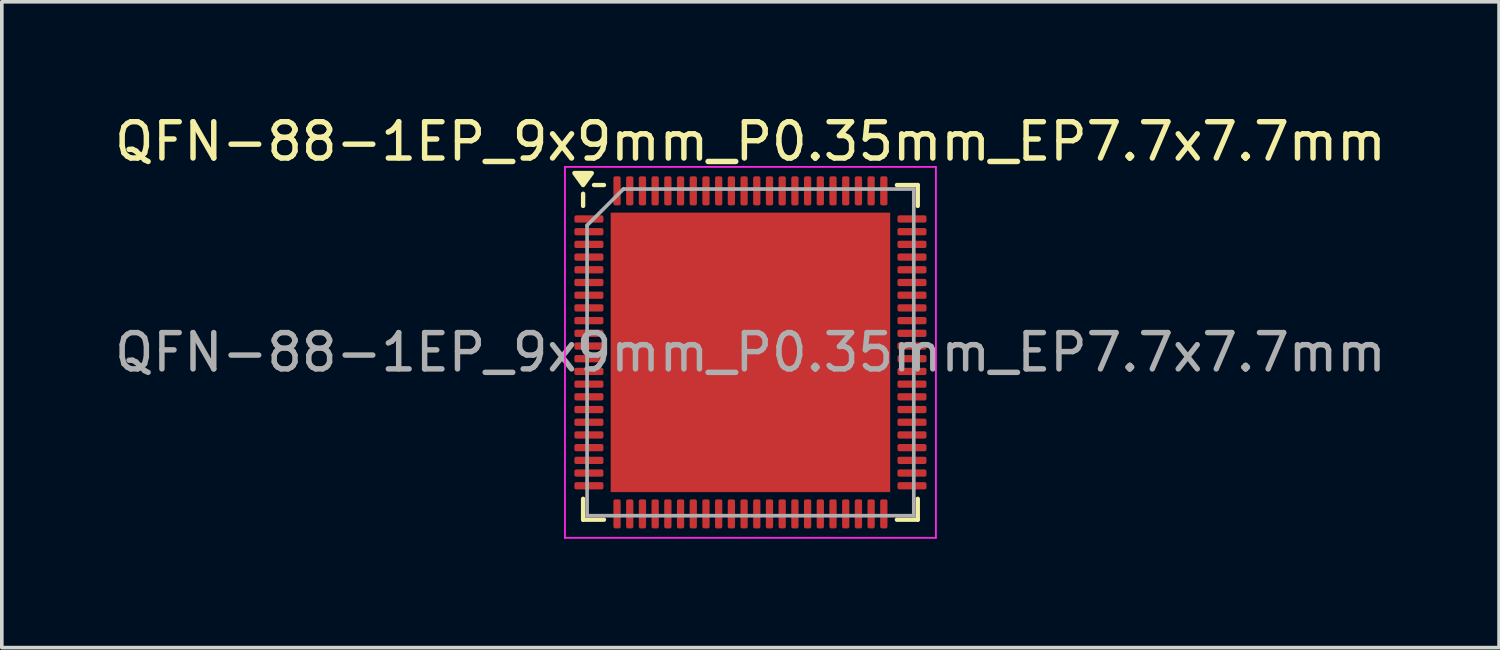
<source format=kicad_pcb>
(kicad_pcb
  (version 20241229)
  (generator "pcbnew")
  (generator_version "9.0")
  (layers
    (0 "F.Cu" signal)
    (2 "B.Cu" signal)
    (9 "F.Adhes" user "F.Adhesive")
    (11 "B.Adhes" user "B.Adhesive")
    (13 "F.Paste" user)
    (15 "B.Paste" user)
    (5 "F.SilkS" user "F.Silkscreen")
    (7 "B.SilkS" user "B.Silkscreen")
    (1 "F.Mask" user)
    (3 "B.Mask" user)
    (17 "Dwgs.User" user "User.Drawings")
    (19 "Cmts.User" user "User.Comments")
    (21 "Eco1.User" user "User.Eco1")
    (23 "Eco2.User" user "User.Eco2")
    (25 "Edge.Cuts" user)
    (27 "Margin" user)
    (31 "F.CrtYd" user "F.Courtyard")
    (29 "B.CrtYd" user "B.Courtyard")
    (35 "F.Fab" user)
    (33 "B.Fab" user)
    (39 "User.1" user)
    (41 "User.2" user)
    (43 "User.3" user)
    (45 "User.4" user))
  (footprint "QFN-88-1EP_9x9mm_P0.35mm_EP7.7x7.7mm"
    (layer "F.Cu")
    (at 17.625 6.658)
    (property "Reference" "QFN-88-1EP_9x9mm_P0.35mm_EP7.7x7.7mm" (at 0 -5.81 0) (layer "F.SilkS") (effects (font (size 1 1) (thickness 0.15))))
    (attr smd)
    (fp_line (start -4.61 -4.035) (end -4.61 -4.37) (stroke (width 0.12) (type solid)) (layer "F.SilkS"))
    (fp_line (start -4.61 4.61) (end -4.61 4.035) (stroke (width 0.12) (type solid)) (layer "F.SilkS"))
    (fp_line (start -4.035 -4.61) (end -4.31 -4.61) (stroke (width 0.12) (type solid)) (layer "F.SilkS"))
    (fp_line (start -4.035 4.61) (end -4.61 4.61) (stroke (width 0.12) (type solid)) (layer "F.SilkS"))
    (fp_line (start 4.035 -4.61) (end 4.61 -4.61) (stroke (width 0.12) (type solid)) (layer "F.SilkS"))
    (fp_line (start 4.035 4.61) (end 4.61 4.61) (stroke (width 0.12) (type solid)) (layer "F.SilkS"))
    (fp_line (start 4.61 -4.61) (end 4.61 -4.035) (stroke (width 0.12) (type solid)) (layer "F.SilkS"))
    (fp_line (start 4.61 4.61) (end 4.61 4.035) (stroke (width 0.12) (type solid)) (layer "F.SilkS"))
    (fp_poly (pts (xy -4.61 -4.61) (xy -4.85 -4.94) (xy -4.37 -4.94) (xy -4.61 -4.61)) (stroke (width 0.12) (type solid)) (fill yes) (layer "F.SilkS"))
    (fp_line (start -5.11 -5.11) (end -5.11 5.11) (stroke (width 0.05) (type solid)) (layer "F.CrtYd"))
    (fp_line (start -5.11 5.11) (end 5.11 5.11) (stroke (width 0.05) (type solid)) (layer "F.CrtYd"))
    (fp_line (start 5.11 -5.11) (end -5.11 -5.11) (stroke (width 0.05) (type solid)) (layer "F.CrtYd"))
    (fp_line (start 5.11 5.11) (end 5.11 -5.11) (stroke (width 0.05) (type solid)) (layer "F.CrtYd"))
    (fp_line (start -4.5 -3.5) (end -3.5 -4.5) (stroke (width 0.1) (type solid)) (layer "F.Fab"))
    (fp_line (start -4.5 4.5) (end -4.5 -3.5) (stroke (width 0.1) (type solid)) (layer "F.Fab"))
    (fp_line (start -3.5 -4.5) (end 4.5 -4.5) (stroke (width 0.1) (type solid)) (layer "F.Fab"))
    (fp_line (start 4.5 -4.5) (end 4.5 4.5) (stroke (width 0.1) (type solid)) (layer "F.Fab"))
    (fp_line (start 4.5 4.5) (end -4.5 4.5) (stroke (width 0.1) (type solid)) (layer "F.Fab"))
    (fp_text user "${REFERENCE}" (at 0 0 0) (layer "F.Fab") (effects (font (size 1 1) (thickness 0.15))))
    (pad "" smd roundrect (at -2.57 -2.57) (size 2.07 2.07) (layers "F.Paste") (roundrect_rratio 0.121))
    (pad "" smd roundrect (at -2.57 0) (size 2.07 2.07) (layers "F.Paste") (roundrect_rratio 0.121))
    (pad "" smd roundrect (at -2.57 2.57) (size 2.07 2.07) (layers "F.Paste") (roundrect_rratio 0.121))
    (pad "" smd roundrect (at 0 -2.57) (size 2.07 2.07) (layers "F.Paste") (roundrect_rratio 0.121))
    (pad "" smd roundrect (at 0 0) (size 2.07 2.07) (layers "F.Paste") (roundrect_rratio 0.121))
    (pad "" smd roundrect (at 0 2.57) (size 2.07 2.07) (layers "F.Paste") (roundrect_rratio 0.121))
    (pad "" smd roundrect (at 2.57 -2.57) (size 2.07 2.07) (layers "F.Paste") (roundrect_rratio 0.121))
    (pad "" smd roundrect (at 2.57 0) (size 2.07 2.07) (layers "F.Paste") (roundrect_rratio 0.121))
    (pad "" smd roundrect (at 2.57 2.57) (size 2.07 2.07) (layers "F.Paste") (roundrect_rratio 0.121))
    (pad "1" smd roundrect (at -4.45 -3.675) (size 0.8 0.2) (layers "F.Cu" "F.Mask" "F.Paste") (roundrect_rratio 0.25))
    (pad "2" smd roundrect (at -4.45 -3.325) (size 0.8 0.2) (layers "F.Cu" "F.Mask" "F.Paste") (roundrect_rratio 0.25))
    (pad "3" smd roundrect (at -4.45 -2.975) (size 0.8 0.2) (layers "F.Cu" "F.Mask" "F.Paste") (roundrect_rratio 0.25))
    (pad "4" smd roundrect (at -4.45 -2.625) (size 0.8 0.2) (layers "F.Cu" "F.Mask" "F.Paste") (roundrect_rratio 0.25))
    (pad "5" smd roundrect (at -4.45 -2.275) (size 0.8 0.2) (layers "F.Cu" "F.Mask" "F.Paste") (roundrect_rratio 0.25))
    (pad "6" smd roundrect (at -4.45 -1.925) (size 0.8 0.2) (layers "F.Cu" "F.Mask" "F.Paste") (roundrect_rratio 0.25))
    (pad "7" smd roundrect (at -4.45 -1.575) (size 0.8 0.2) (layers "F.Cu" "F.Mask" "F.Paste") (roundrect_rratio 0.25))
    (pad "8" smd roundrect (at -4.45 -1.225) (size 0.8 0.2) (layers "F.Cu" "F.Mask" "F.Paste") (roundrect_rratio 0.25))
    (pad "9" smd roundrect (at -4.45 -0.875) (size 0.8 0.2) (layers "F.Cu" "F.Mask" "F.Paste") (roundrect_rratio 0.25))
    (pad "10" smd roundrect (at -4.45 -0.525) (size 0.8 0.2) (layers "F.Cu" "F.Mask" "F.Paste") (roundrect_rratio 0.25))
    (pad "11" smd roundrect (at -4.45 -0.175) (size 0.8 0.2) (layers "F.Cu" "F.Mask" "F.Paste") (roundrect_rratio 0.25))
    (pad "12" smd roundrect (at -4.45 0.175) (size 0.8 0.2) (layers "F.Cu" "F.Mask" "F.Paste") (roundrect_rratio 0.25))
    (pad "13" smd roundrect (at -4.45 0.525) (size 0.8 0.2) (layers "F.Cu" "F.Mask" "F.Paste") (roundrect_rratio 0.25))
    (pad "14" smd roundrect (at -4.45 0.875) (size 0.8 0.2) (layers "F.Cu" "F.Mask" "F.Paste") (roundrect_rratio 0.25))
    (pad "15" smd roundrect (at -4.45 1.225) (size 0.8 0.2) (layers "F.Cu" "F.Mask" "F.Paste") (roundrect_rratio 0.25))
    (pad "16" smd roundrect (at -4.45 1.575) (size 0.8 0.2) (layers "F.Cu" "F.Mask" "F.Paste") (roundrect_rratio 0.25))
    (pad "17" smd roundrect (at -4.45 1.925) (size 0.8 0.2) (layers "F.Cu" "F.Mask" "F.Paste") (roundrect_rratio 0.25))
    (pad "18" smd roundrect (at -4.45 2.275) (size 0.8 0.2) (layers "F.Cu" "F.Mask" "F.Paste") (roundrect_rratio 0.25))
    (pad "19" smd roundrect (at -4.45 2.625) (size 0.8 0.2) (layers "F.Cu" "F.Mask" "F.Paste") (roundrect_rratio 0.25))
    (pad "20" smd roundrect (at -4.45 2.975) (size 0.8 0.2) (layers "F.Cu" "F.Mask" "F.Paste") (roundrect_rratio 0.25))
    (pad "21" smd roundrect (at -4.45 3.325) (size 0.8 0.2) (layers "F.Cu" "F.Mask" "F.Paste") (roundrect_rratio 0.25))
    (pad "22" smd roundrect (at -4.45 3.675) (size 0.8 0.2) (layers "F.Cu" "F.Mask" "F.Paste") (roundrect_rratio 0.25))
    (pad "23" smd roundrect (at -3.675 4.45) (size 0.2 0.8) (layers "F.Cu" "F.Mask" "F.Paste") (roundrect_rratio 0.25))
    (pad "24" smd roundrect (at -3.325 4.45) (size 0.2 0.8) (layers "F.Cu" "F.Mask" "F.Paste") (roundrect_rratio 0.25))
    (pad "25" smd roundrect (at -2.975 4.45) (size 0.2 0.8) (layers "F.Cu" "F.Mask" "F.Paste") (roundrect_rratio 0.25))
    (pad "26" smd roundrect (at -2.625 4.45) (size 0.2 0.8) (layers "F.Cu" "F.Mask" "F.Paste") (roundrect_rratio 0.25))
    (pad "27" smd roundrect (at -2.275 4.45) (size 0.2 0.8) (layers "F.Cu" "F.Mask" "F.Paste") (roundrect_rratio 0.25))
    (pad "28" smd roundrect (at -1.925 4.45) (size 0.2 0.8) (layers "F.Cu" "F.Mask" "F.Paste") (roundrect_rratio 0.25))
    (pad "29" smd roundrect (at -1.575 4.45) (size 0.2 0.8) (layers "F.Cu" "F.Mask" "F.Paste") (roundrect_rratio 0.25))
    (pad "30" smd roundrect (at -1.225 4.45) (size 0.2 0.8) (layers "F.Cu" "F.Mask" "F.Paste") (roundrect_rratio 0.25))
    (pad "31" smd roundrect (at -0.875 4.45) (size 0.2 0.8) (layers "F.Cu" "F.Mask" "F.Paste") (roundrect_rratio 0.25))
    (pad "32" smd roundrect (at -0.525 4.45) (size 0.2 0.8) (layers "F.Cu" "F.Mask" "F.Paste") (roundrect_rratio 0.25))
    (pad "33" smd roundrect (at -0.175 4.45) (size 0.2 0.8) (layers "F.Cu" "F.Mask" "F.Paste") (roundrect_rratio 0.25))
    (pad "34" smd roundrect (at 0.175 4.45) (size 0.2 0.8) (layers "F.Cu" "F.Mask" "F.Paste") (roundrect_rratio 0.25))
    (pad "35" smd roundrect (at 0.525 4.45) (size 0.2 0.8) (layers "F.Cu" "F.Mask" "F.Paste") (roundrect_rratio 0.25))
    (pad "36" smd roundrect (at 0.875 4.45) (size 0.2 0.8) (layers "F.Cu" "F.Mask" "F.Paste") (roundrect_rratio 0.25))
    (pad "37" smd roundrect (at 1.225 4.45) (size 0.2 0.8) (layers "F.Cu" "F.Mask" "F.Paste") (roundrect_rratio 0.25))
    (pad "38" smd roundrect (at 1.575 4.45) (size 0.2 0.8) (layers "F.Cu" "F.Mask" "F.Paste") (roundrect_rratio 0.25))
    (pad "39" smd roundrect (at 1.925 4.45) (size 0.2 0.8) (layers "F.Cu" "F.Mask" "F.Paste") (roundrect_rratio 0.25))
    (pad "40" smd roundrect (at 2.275 4.45) (size 0.2 0.8) (layers "F.Cu" "F.Mask" "F.Paste") (roundrect_rratio 0.25))
    (pad "41" smd roundrect (at 2.625 4.45) (size 0.2 0.8) (layers "F.Cu" "F.Mask" "F.Paste") (roundrect_rratio 0.25))
    (pad "42" smd roundrect (at 2.975 4.45) (size 0.2 0.8) (layers "F.Cu" "F.Mask" "F.Paste") (roundrect_rratio 0.25))
    (pad "43" smd roundrect (at 3.325 4.45) (size 0.2 0.8) (layers "F.Cu" "F.Mask" "F.Paste") (roundrect_rratio 0.25))
    (pad "44" smd roundrect (at 3.675 4.45) (size 0.2 0.8) (layers "F.Cu" "F.Mask" "F.Paste") (roundrect_rratio 0.25))
    (pad "45" smd roundrect (at 4.45 3.675) (size 0.8 0.2) (layers "F.Cu" "F.Mask" "F.Paste") (roundrect_rratio 0.25))
    (pad "46" smd roundrect (at 4.45 3.325) (size 0.8 0.2) (layers "F.Cu" "F.Mask" "F.Paste") (roundrect_rratio 0.25))
    (pad "47" smd roundrect (at 4.45 2.975) (size 0.8 0.2) (layers "F.Cu" "F.Mask" "F.Paste") (roundrect_rratio 0.25))
    (pad "48" smd roundrect (at 4.45 2.625) (size 0.8 0.2) (layers "F.Cu" "F.Mask" "F.Paste") (roundrect_rratio 0.25))
    (pad "49" smd roundrect (at 4.45 2.275) (size 0.8 0.2) (layers "F.Cu" "F.Mask" "F.Paste") (roundrect_rratio 0.25))
    (pad "50" smd roundrect (at 4.45 1.925) (size 0.8 0.2) (layers "F.Cu" "F.Mask" "F.Paste") (roundrect_rratio 0.25))
    (pad "51" smd roundrect (at 4.45 1.575) (size 0.8 0.2) (layers "F.Cu" "F.Mask" "F.Paste") (roundrect_rratio 0.25))
    (pad "52" smd roundrect (at 4.45 1.225) (size 0.8 0.2) (layers "F.Cu" "F.Mask" "F.Paste") (roundrect_rratio 0.25))
    (pad "53" smd roundrect (at 4.45 0.875) (size 0.8 0.2) (layers "F.Cu" "F.Mask" "F.Paste") (roundrect_rratio 0.25))
    (pad "54" smd roundrect (at 4.45 0.525) (size 0.8 0.2) (layers "F.Cu" "F.Mask" "F.Paste") (roundrect_rratio 0.25))
    (pad "55" smd roundrect (at 4.45 0.175) (size 0.8 0.2) (layers "F.Cu" "F.Mask" "F.Paste") (roundrect_rratio 0.25))
    (pad "56" smd roundrect (at 4.45 -0.175) (size 0.8 0.2) (layers "F.Cu" "F.Mask" "F.Paste") (roundrect_rratio 0.25))
    (pad "57" smd roundrect (at 4.45 -0.525) (size 0.8 0.2) (layers "F.Cu" "F.Mask" "F.Paste") (roundrect_rratio 0.25))
    (pad "58" smd roundrect (at 4.45 -0.875) (size 0.8 0.2) (layers "F.Cu" "F.Mask" "F.Paste") (roundrect_rratio 0.25))
    (pad "59" smd roundrect (at 4.45 -1.225) (size 0.8 0.2) (layers "F.Cu" "F.Mask" "F.Paste") (roundrect_rratio 0.25))
    (pad "60" smd roundrect (at 4.45 -1.575) (size 0.8 0.2) (layers "F.Cu" "F.Mask" "F.Paste") (roundrect_rratio 0.25))
    (pad "61" smd roundrect (at 4.45 -1.925) (size 0.8 0.2) (layers "F.Cu" "F.Mask" "F.Paste") (roundrect_rratio 0.25))
    (pad "62" smd roundrect (at 4.45 -2.275) (size 0.8 0.2) (layers "F.Cu" "F.Mask" "F.Paste") (roundrect_rratio 0.25))
    (pad "63" smd roundrect (at 4.45 -2.625) (size 0.8 0.2) (layers "F.Cu" "F.Mask" "F.Paste") (roundrect_rratio 0.25))
    (pad "64" smd roundrect (at 4.45 -2.975) (size 0.8 0.2) (layers "F.Cu" "F.Mask" "F.Paste") (roundrect_rratio 0.25))
    (pad "65" smd roundrect (at 4.45 -3.325) (size 0.8 0.2) (layers "F.Cu" "F.Mask" "F.Paste") (roundrect_rratio 0.25))
    (pad "66" smd roundrect (at 4.45 -3.675) (size 0.8 0.2) (layers "F.Cu" "F.Mask" "F.Paste") (roundrect_rratio 0.25))
    (pad "67" smd roundrect (at 3.675 -4.45) (size 0.2 0.8) (layers "F.Cu" "F.Mask" "F.Paste") (roundrect_rratio 0.25))
    (pad "68" smd roundrect (at 3.325 -4.45) (size 0.2 0.8) (layers "F.Cu" "F.Mask" "F.Paste") (roundrect_rratio 0.25))
    (pad "69" smd roundrect (at 2.975 -4.45) (size 0.2 0.8) (layers "F.Cu" "F.Mask" "F.Paste") (roundrect_rratio 0.25))
    (pad "70" smd roundrect (at 2.625 -4.45) (size 0.2 0.8) (layers "F.Cu" "F.Mask" "F.Paste") (roundrect_rratio 0.25))
    (pad "71" smd roundrect (at 2.275 -4.45) (size 0.2 0.8) (layers "F.Cu" "F.Mask" "F.Paste") (roundrect_rratio 0.25))
    (pad "72" smd roundrect (at 1.925 -4.45) (size 0.2 0.8) (layers "F.Cu" "F.Mask" "F.Paste") (roundrect_rratio 0.25))
    (pad "73" smd roundrect (at 1.575 -4.45) (size 0.2 0.8) (layers "F.Cu" "F.Mask" "F.Paste") (roundrect_rratio 0.25))
    (pad "74" smd roundrect (at 1.225 -4.45) (size 0.2 0.8) (layers "F.Cu" "F.Mask" "F.Paste") (roundrect_rratio 0.25))
    (pad "75" smd roundrect (at 0.875 -4.45) (size 0.2 0.8) (layers "F.Cu" "F.Mask" "F.Paste") (roundrect_rratio 0.25))
    (pad "76" smd roundrect (at 0.525 -4.45) (size 0.2 0.8) (layers "F.Cu" "F.Mask" "F.Paste") (roundrect_rratio 0.25))
    (pad "77" smd roundrect (at 0.175 -4.45) (size 0.2 0.8) (layers "F.Cu" "F.Mask" "F.Paste") (roundrect_rratio 0.25))
    (pad "78" smd roundrect (at -0.175 -4.45) (size 0.2 0.8) (layers "F.Cu" "F.Mask" "F.Paste") (roundrect_rratio 0.25))
    (pad "79" smd roundrect (at -0.525 -4.45) (size 0.2 0.8) (layers "F.Cu" "F.Mask" "F.Paste") (roundrect_rratio 0.25))
    (pad "80" smd roundrect (at -0.875 -4.45) (size 0.2 0.8) (layers "F.Cu" "F.Mask" "F.Paste") (roundrect_rratio 0.25))
    (pad "81" smd roundrect (at -1.225 -4.45) (size 0.2 0.8) (layers "F.Cu" "F.Mask" "F.Paste") (roundrect_rratio 0.25))
    (pad "82" smd roundrect (at -1.575 -4.45) (size 0.2 0.8) (layers "F.Cu" "F.Mask" "F.Paste") (roundrect_rratio 0.25))
    (pad "83" smd roundrect (at -1.925 -4.45) (size 0.2 0.8) (layers "F.Cu" "F.Mask" "F.Paste") (roundrect_rratio 0.25))
    (pad "84" smd roundrect (at -2.275 -4.45) (size 0.2 0.8) (layers "F.Cu" "F.Mask" "F.Paste") (roundrect_rratio 0.25))
    (pad "85" smd roundrect (at -2.625 -4.45) (size 0.2 0.8) (layers "F.Cu" "F.Mask" "F.Paste") (roundrect_rratio 0.25))
    (pad "86" smd roundrect (at -2.975 -4.45) (size 0.2 0.8) (layers "F.Cu" "F.Mask" "F.Paste") (roundrect_rratio 0.25))
    (pad "87" smd roundrect (at -3.325 -4.45) (size 0.2 0.8) (layers "F.Cu" "F.Mask" "F.Paste") (roundrect_rratio 0.25))
    (pad "88" smd roundrect (at -3.675 -4.45) (size 0.2 0.8) (layers "F.Cu" "F.Mask" "F.Paste") (roundrect_rratio 0.25))
    (pad "89" smd rect (at 0 0) (size 7.7 7.7) (property pad_prop_heatsink) (layers "F.Cu" "F.Mask")))
  (gr_rect
    (start -3 -3)
    (end 38.25 14.793)
    (stroke (width 0.1) (type default))
    (fill no)
    (layer "Edge.Cuts")))
</source>
